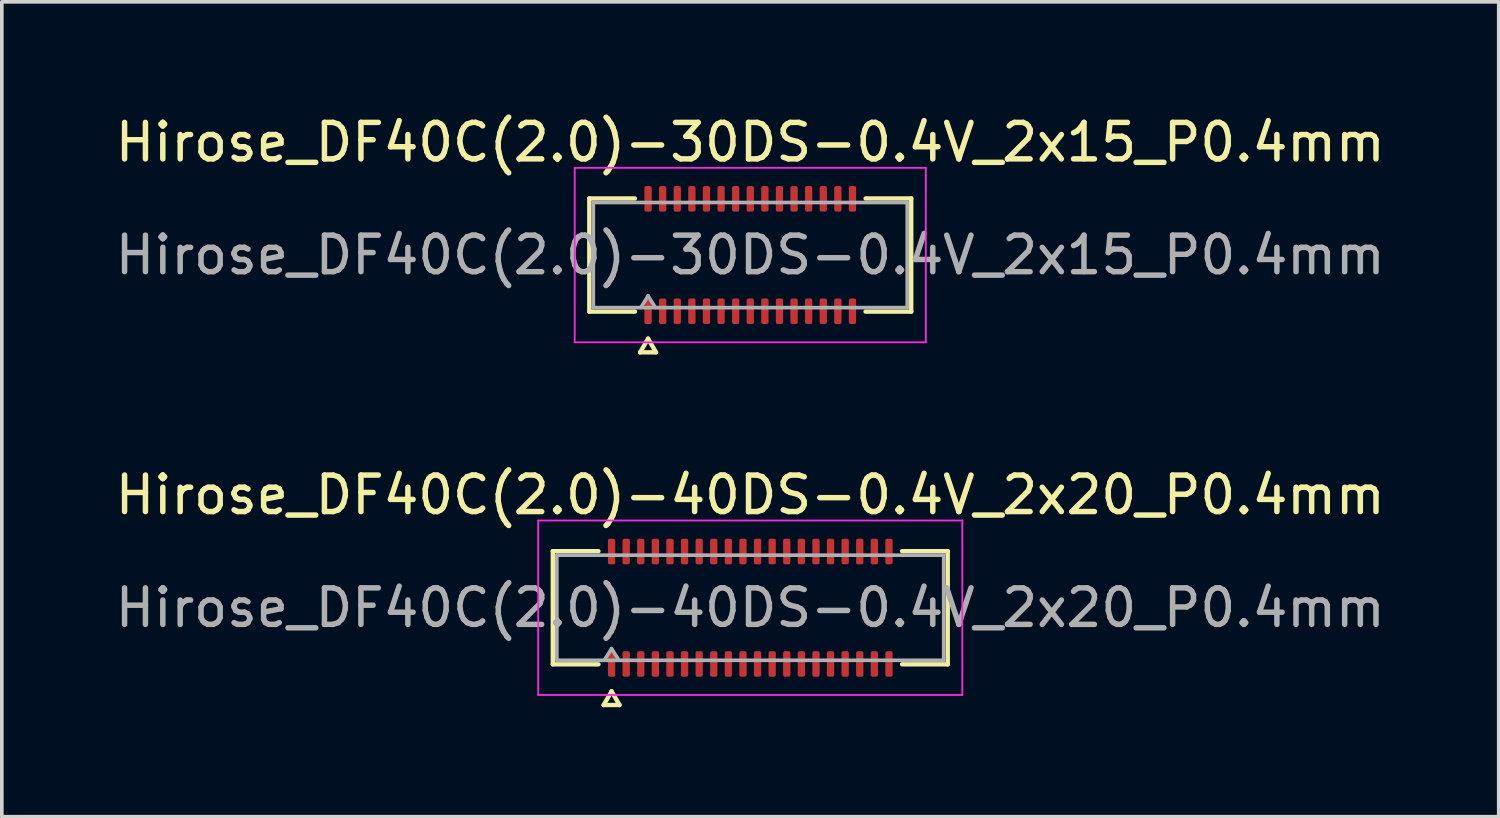
<source format=kicad_pcb>
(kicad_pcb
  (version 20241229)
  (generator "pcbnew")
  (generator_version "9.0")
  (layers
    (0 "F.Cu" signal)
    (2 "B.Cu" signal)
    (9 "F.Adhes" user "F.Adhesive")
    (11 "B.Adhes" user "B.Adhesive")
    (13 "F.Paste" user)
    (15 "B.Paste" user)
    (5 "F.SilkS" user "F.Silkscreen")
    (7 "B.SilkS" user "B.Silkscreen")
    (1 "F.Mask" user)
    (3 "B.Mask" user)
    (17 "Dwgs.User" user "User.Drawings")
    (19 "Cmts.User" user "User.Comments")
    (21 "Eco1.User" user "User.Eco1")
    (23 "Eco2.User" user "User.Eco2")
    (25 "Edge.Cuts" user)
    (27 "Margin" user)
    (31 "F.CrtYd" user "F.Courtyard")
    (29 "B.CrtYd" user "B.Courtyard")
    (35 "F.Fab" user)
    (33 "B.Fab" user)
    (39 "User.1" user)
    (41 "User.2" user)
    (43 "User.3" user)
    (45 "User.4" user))
  (footprint "Hirose_DF40C(2.0)-40DS-0.4V_2x20_P0.4mm"
    (layer "F.Cu")
    (at 17.506 13.601)
    (property "Reference" "Hirose_DF40C(2.0)-40DS-0.4V_2x20_P0.4mm" (at 0 -3.09 0) (layer "F.SilkS") (effects (font (size 1 1) (thickness 0.15))))
    (attr smd)
    (fp_line (start -5.41 -1.55) (end -4.16 -1.55) (stroke (width 0.12) (type solid)) (layer "F.SilkS"))
    (fp_line (start -5.41 1.55) (end -5.41 -1.55) (stroke (width 0.12) (type solid)) (layer "F.SilkS"))
    (fp_line (start -4.16 1.55) (end -5.41 1.55) (stroke (width 0.12) (type solid)) (layer "F.SilkS"))
    (fp_line (start -4.017 2.665) (end -3.8 2.29) (stroke (width 0.12) (type solid)) (layer "F.SilkS"))
    (fp_line (start -3.8 2.29) (end -3.583 2.665) (stroke (width 0.12) (type solid)) (layer "F.SilkS"))
    (fp_line (start -3.583 2.665) (end -4.017 2.665) (stroke (width 0.12) (type solid)) (layer "F.SilkS"))
    (fp_line (start 4.16 -1.55) (end 5.41 -1.55) (stroke (width 0.12) (type solid)) (layer "F.SilkS"))
    (fp_line (start 5.41 -1.55) (end 5.41 1.55) (stroke (width 0.12) (type solid)) (layer "F.SilkS"))
    (fp_line (start 5.41 1.55) (end 4.16 1.55) (stroke (width 0.12) (type solid)) (layer "F.SilkS"))
    (fp_line (start -5.81 -2.39) (end -5.81 2.39) (stroke (width 0.05) (type solid)) (layer "F.CrtYd"))
    (fp_line (start -5.81 2.39) (end 5.81 2.39) (stroke (width 0.05) (type solid)) (layer "F.CrtYd"))
    (fp_line (start 5.81 -2.39) (end -5.81 -2.39) (stroke (width 0.05) (type solid)) (layer "F.CrtYd"))
    (fp_line (start 5.81 2.39) (end 5.81 -2.39) (stroke (width 0.05) (type solid)) (layer "F.CrtYd"))
    (fp_line (start -5.3 -1.44) (end 5.3 -1.44) (stroke (width 0.1) (type solid)) (layer "F.Fab"))
    (fp_line (start -5.3 1.44) (end -5.3 -1.44) (stroke (width 0.1) (type solid)) (layer "F.Fab"))
    (fp_line (start -4 1.44) (end -3.8 1.12) (stroke (width 0.1) (type solid)) (layer "F.Fab"))
    (fp_line (start -3.8 1.12) (end -3.6 1.44) (stroke (width 0.1) (type solid)) (layer "F.Fab"))
    (fp_line (start 5.3 -1.44) (end 5.3 1.44) (stroke (width 0.1) (type solid)) (layer "F.Fab"))
    (fp_line (start 5.3 1.44) (end -5.3 1.44) (stroke (width 0.1) (type solid)) (layer "F.Fab"))
    (fp_text user "${REFERENCE}" (at 0 0 0) (layer "F.Fab") (effects (font (size 1 1) (thickness 0.15))))
    (pad "1" smd roundrect (at -3.8 1.54) (size 0.2 0.7) (layers "F.Cu" "F.Mask" "F.Paste") (roundrect_rratio 0.25))
    (pad "2" smd roundrect (at -3.8 -1.54) (size 0.2 0.7) (layers "F.Cu" "F.Mask" "F.Paste") (roundrect_rratio 0.25))
    (pad "3" smd roundrect (at -3.4 1.54) (size 0.2 0.7) (layers "F.Cu" "F.Mask" "F.Paste") (roundrect_rratio 0.25))
    (pad "4" smd roundrect (at -3.4 -1.54) (size 0.2 0.7) (layers "F.Cu" "F.Mask" "F.Paste") (roundrect_rratio 0.25))
    (pad "5" smd roundrect (at -3 1.54) (size 0.2 0.7) (layers "F.Cu" "F.Mask" "F.Paste") (roundrect_rratio 0.25))
    (pad "6" smd roundrect (at -3 -1.54) (size 0.2 0.7) (layers "F.Cu" "F.Mask" "F.Paste") (roundrect_rratio 0.25))
    (pad "7" smd roundrect (at -2.6 1.54) (size 0.2 0.7) (layers "F.Cu" "F.Mask" "F.Paste") (roundrect_rratio 0.25))
    (pad "8" smd roundrect (at -2.6 -1.54) (size 0.2 0.7) (layers "F.Cu" "F.Mask" "F.Paste") (roundrect_rratio 0.25))
    (pad "9" smd roundrect (at -2.2 1.54) (size 0.2 0.7) (layers "F.Cu" "F.Mask" "F.Paste") (roundrect_rratio 0.25))
    (pad "10" smd roundrect (at -2.2 -1.54) (size 0.2 0.7) (layers "F.Cu" "F.Mask" "F.Paste") (roundrect_rratio 0.25))
    (pad "11" smd roundrect (at -1.8 1.54) (size 0.2 0.7) (layers "F.Cu" "F.Mask" "F.Paste") (roundrect_rratio 0.25))
    (pad "12" smd roundrect (at -1.8 -1.54) (size 0.2 0.7) (layers "F.Cu" "F.Mask" "F.Paste") (roundrect_rratio 0.25))
    (pad "13" smd roundrect (at -1.4 1.54) (size 0.2 0.7) (layers "F.Cu" "F.Mask" "F.Paste") (roundrect_rratio 0.25))
    (pad "14" smd roundrect (at -1.4 -1.54) (size 0.2 0.7) (layers "F.Cu" "F.Mask" "F.Paste") (roundrect_rratio 0.25))
    (pad "15" smd roundrect (at -1 1.54) (size 0.2 0.7) (layers "F.Cu" "F.Mask" "F.Paste") (roundrect_rratio 0.25))
    (pad "16" smd roundrect (at -1 -1.54) (size 0.2 0.7) (layers "F.Cu" "F.Mask" "F.Paste") (roundrect_rratio 0.25))
    (pad "17" smd roundrect (at -0.6 1.54) (size 0.2 0.7) (layers "F.Cu" "F.Mask" "F.Paste") (roundrect_rratio 0.25))
    (pad "18" smd roundrect (at -0.6 -1.54) (size 0.2 0.7) (layers "F.Cu" "F.Mask" "F.Paste") (roundrect_rratio 0.25))
    (pad "19" smd roundrect (at -0.2 1.54) (size 0.2 0.7) (layers "F.Cu" "F.Mask" "F.Paste") (roundrect_rratio 0.25))
    (pad "20" smd roundrect (at -0.2 -1.54) (size 0.2 0.7) (layers "F.Cu" "F.Mask" "F.Paste") (roundrect_rratio 0.25))
    (pad "21" smd roundrect (at 0.2 1.54) (size 0.2 0.7) (layers "F.Cu" "F.Mask" "F.Paste") (roundrect_rratio 0.25))
    (pad "22" smd roundrect (at 0.2 -1.54) (size 0.2 0.7) (layers "F.Cu" "F.Mask" "F.Paste") (roundrect_rratio 0.25))
    (pad "23" smd roundrect (at 0.6 1.54) (size 0.2 0.7) (layers "F.Cu" "F.Mask" "F.Paste") (roundrect_rratio 0.25))
    (pad "24" smd roundrect (at 0.6 -1.54) (size 0.2 0.7) (layers "F.Cu" "F.Mask" "F.Paste") (roundrect_rratio 0.25))
    (pad "25" smd roundrect (at 1 1.54) (size 0.2 0.7) (layers "F.Cu" "F.Mask" "F.Paste") (roundrect_rratio 0.25))
    (pad "26" smd roundrect (at 1 -1.54) (size 0.2 0.7) (layers "F.Cu" "F.Mask" "F.Paste") (roundrect_rratio 0.25))
    (pad "27" smd roundrect (at 1.4 1.54) (size 0.2 0.7) (layers "F.Cu" "F.Mask" "F.Paste") (roundrect_rratio 0.25))
    (pad "28" smd roundrect (at 1.4 -1.54) (size 0.2 0.7) (layers "F.Cu" "F.Mask" "F.Paste") (roundrect_rratio 0.25))
    (pad "29" smd roundrect (at 1.8 1.54) (size 0.2 0.7) (layers "F.Cu" "F.Mask" "F.Paste") (roundrect_rratio 0.25))
    (pad "30" smd roundrect (at 1.8 -1.54) (size 0.2 0.7) (layers "F.Cu" "F.Mask" "F.Paste") (roundrect_rratio 0.25))
    (pad "31" smd roundrect (at 2.2 1.54) (size 0.2 0.7) (layers "F.Cu" "F.Mask" "F.Paste") (roundrect_rratio 0.25))
    (pad "32" smd roundrect (at 2.2 -1.54) (size 0.2 0.7) (layers "F.Cu" "F.Mask" "F.Paste") (roundrect_rratio 0.25))
    (pad "33" smd roundrect (at 2.6 1.54) (size 0.2 0.7) (layers "F.Cu" "F.Mask" "F.Paste") (roundrect_rratio 0.25))
    (pad "34" smd roundrect (at 2.6 -1.54) (size 0.2 0.7) (layers "F.Cu" "F.Mask" "F.Paste") (roundrect_rratio 0.25))
    (pad "35" smd roundrect (at 3 1.54) (size 0.2 0.7) (layers "F.Cu" "F.Mask" "F.Paste") (roundrect_rratio 0.25))
    (pad "36" smd roundrect (at 3 -1.54) (size 0.2 0.7) (layers "F.Cu" "F.Mask" "F.Paste") (roundrect_rratio 0.25))
    (pad "37" smd roundrect (at 3.4 1.54) (size 0.2 0.7) (layers "F.Cu" "F.Mask" "F.Paste") (roundrect_rratio 0.25))
    (pad "38" smd roundrect (at 3.4 -1.54) (size 0.2 0.7) (layers "F.Cu" "F.Mask" "F.Paste") (roundrect_rratio 0.25))
    (pad "39" smd roundrect (at 3.8 1.54) (size 0.2 0.7) (layers "F.Cu" "F.Mask" "F.Paste") (roundrect_rratio 0.25))
    (pad "40" smd roundrect (at 3.8 -1.54) (size 0.2 0.7) (layers "F.Cu" "F.Mask" "F.Paste") (roundrect_rratio 0.25)))
  (footprint "Hirose_DF40C(2.0)-30DS-0.4V_2x15_P0.4mm"
    (layer "F.Cu")
    (at 17.506 3.938)
    (property "Reference" "Hirose_DF40C(2.0)-30DS-0.4V_2x15_P0.4mm" (at 0 -3.09 0) (layer "F.SilkS") (effects (font (size 1 1) (thickness 0.15))))
    (attr smd)
    (fp_line (start -4.41 -1.55) (end -3.16 -1.55) (stroke (width 0.12) (type solid)) (layer "F.SilkS"))
    (fp_line (start -4.41 1.55) (end -4.41 -1.55) (stroke (width 0.12) (type solid)) (layer "F.SilkS"))
    (fp_line (start -3.16 1.55) (end -4.41 1.55) (stroke (width 0.12) (type solid)) (layer "F.SilkS"))
    (fp_line (start -3.017 2.665) (end -2.8 2.29) (stroke (width 0.12) (type solid)) (layer "F.SilkS"))
    (fp_line (start -2.8 2.29) (end -2.583 2.665) (stroke (width 0.12) (type solid)) (layer "F.SilkS"))
    (fp_line (start -2.583 2.665) (end -3.017 2.665) (stroke (width 0.12) (type solid)) (layer "F.SilkS"))
    (fp_line (start 3.16 -1.55) (end 4.41 -1.55) (stroke (width 0.12) (type solid)) (layer "F.SilkS"))
    (fp_line (start 4.41 -1.55) (end 4.41 1.55) (stroke (width 0.12) (type solid)) (layer "F.SilkS"))
    (fp_line (start 4.41 1.55) (end 3.16 1.55) (stroke (width 0.12) (type solid)) (layer "F.SilkS"))
    (fp_line (start -4.81 -2.39) (end -4.81 2.39) (stroke (width 0.05) (type solid)) (layer "F.CrtYd"))
    (fp_line (start -4.81 2.39) (end 4.81 2.39) (stroke (width 0.05) (type solid)) (layer "F.CrtYd"))
    (fp_line (start 4.81 -2.39) (end -4.81 -2.39) (stroke (width 0.05) (type solid)) (layer "F.CrtYd"))
    (fp_line (start 4.81 2.39) (end 4.81 -2.39) (stroke (width 0.05) (type solid)) (layer "F.CrtYd"))
    (fp_line (start -4.3 -1.44) (end 4.3 -1.44) (stroke (width 0.1) (type solid)) (layer "F.Fab"))
    (fp_line (start -4.3 1.44) (end -4.3 -1.44) (stroke (width 0.1) (type solid)) (layer "F.Fab"))
    (fp_line (start -3 1.44) (end -2.8 1.12) (stroke (width 0.1) (type solid)) (layer "F.Fab"))
    (fp_line (start -2.8 1.12) (end -2.6 1.44) (stroke (width 0.1) (type solid)) (layer "F.Fab"))
    (fp_line (start 4.3 -1.44) (end 4.3 1.44) (stroke (width 0.1) (type solid)) (layer "F.Fab"))
    (fp_line (start 4.3 1.44) (end -4.3 1.44) (stroke (width 0.1) (type solid)) (layer "F.Fab"))
    (fp_text user "${REFERENCE}" (at 0 0 0) (layer "F.Fab") (effects (font (size 1 1) (thickness 0.15))))
    (pad "1" smd roundrect (at -2.8 1.54) (size 0.2 0.7) (layers "F.Cu" "F.Mask" "F.Paste") (roundrect_rratio 0.25))
    (pad "2" smd roundrect (at -2.8 -1.54) (size 0.2 0.7) (layers "F.Cu" "F.Mask" "F.Paste") (roundrect_rratio 0.25))
    (pad "3" smd roundrect (at -2.4 1.54) (size 0.2 0.7) (layers "F.Cu" "F.Mask" "F.Paste") (roundrect_rratio 0.25))
    (pad "4" smd roundrect (at -2.4 -1.54) (size 0.2 0.7) (layers "F.Cu" "F.Mask" "F.Paste") (roundrect_rratio 0.25))
    (pad "5" smd roundrect (at -2 1.54) (size 0.2 0.7) (layers "F.Cu" "F.Mask" "F.Paste") (roundrect_rratio 0.25))
    (pad "6" smd roundrect (at -2 -1.54) (size 0.2 0.7) (layers "F.Cu" "F.Mask" "F.Paste") (roundrect_rratio 0.25))
    (pad "7" smd roundrect (at -1.6 1.54) (size 0.2 0.7) (layers "F.Cu" "F.Mask" "F.Paste") (roundrect_rratio 0.25))
    (pad "8" smd roundrect (at -1.6 -1.54) (size 0.2 0.7) (layers "F.Cu" "F.Mask" "F.Paste") (roundrect_rratio 0.25))
    (pad "9" smd roundrect (at -1.2 1.54) (size 0.2 0.7) (layers "F.Cu" "F.Mask" "F.Paste") (roundrect_rratio 0.25))
    (pad "10" smd roundrect (at -1.2 -1.54) (size 0.2 0.7) (layers "F.Cu" "F.Mask" "F.Paste") (roundrect_rratio 0.25))
    (pad "11" smd roundrect (at -0.8 1.54) (size 0.2 0.7) (layers "F.Cu" "F.Mask" "F.Paste") (roundrect_rratio 0.25))
    (pad "12" smd roundrect (at -0.8 -1.54) (size 0.2 0.7) (layers "F.Cu" "F.Mask" "F.Paste") (roundrect_rratio 0.25))
    (pad "13" smd roundrect (at -0.4 1.54) (size 0.2 0.7) (layers "F.Cu" "F.Mask" "F.Paste") (roundrect_rratio 0.25))
    (pad "14" smd roundrect (at -0.4 -1.54) (size 0.2 0.7) (layers "F.Cu" "F.Mask" "F.Paste") (roundrect_rratio 0.25))
    (pad "15" smd roundrect (at 0 1.54) (size 0.2 0.7) (layers "F.Cu" "F.Mask" "F.Paste") (roundrect_rratio 0.25))
    (pad "16" smd roundrect (at 0 -1.54) (size 0.2 0.7) (layers "F.Cu" "F.Mask" "F.Paste") (roundrect_rratio 0.25))
    (pad "17" smd roundrect (at 0.4 1.54) (size 0.2 0.7) (layers "F.Cu" "F.Mask" "F.Paste") (roundrect_rratio 0.25))
    (pad "18" smd roundrect (at 0.4 -1.54) (size 0.2 0.7) (layers "F.Cu" "F.Mask" "F.Paste") (roundrect_rratio 0.25))
    (pad "19" smd roundrect (at 0.8 1.54) (size 0.2 0.7) (layers "F.Cu" "F.Mask" "F.Paste") (roundrect_rratio 0.25))
    (pad "20" smd roundrect (at 0.8 -1.54) (size 0.2 0.7) (layers "F.Cu" "F.Mask" "F.Paste") (roundrect_rratio 0.25))
    (pad "21" smd roundrect (at 1.2 1.54) (size 0.2 0.7) (layers "F.Cu" "F.Mask" "F.Paste") (roundrect_rratio 0.25))
    (pad "22" smd roundrect (at 1.2 -1.54) (size 0.2 0.7) (layers "F.Cu" "F.Mask" "F.Paste") (roundrect_rratio 0.25))
    (pad "23" smd roundrect (at 1.6 1.54) (size 0.2 0.7) (layers "F.Cu" "F.Mask" "F.Paste") (roundrect_rratio 0.25))
    (pad "24" smd roundrect (at 1.6 -1.54) (size 0.2 0.7) (layers "F.Cu" "F.Mask" "F.Paste") (roundrect_rratio 0.25))
    (pad "25" smd roundrect (at 2 1.54) (size 0.2 0.7) (layers "F.Cu" "F.Mask" "F.Paste") (roundrect_rratio 0.25))
    (pad "26" smd roundrect (at 2 -1.54) (size 0.2 0.7) (layers "F.Cu" "F.Mask" "F.Paste") (roundrect_rratio 0.25))
    (pad "27" smd roundrect (at 2.4 1.54) (size 0.2 0.7) (layers "F.Cu" "F.Mask" "F.Paste") (roundrect_rratio 0.25))
    (pad "28" smd roundrect (at 2.4 -1.54) (size 0.2 0.7) (layers "F.Cu" "F.Mask" "F.Paste") (roundrect_rratio 0.25))
    (pad "29" smd roundrect (at 2.8 1.54) (size 0.2 0.7) (layers "F.Cu" "F.Mask" "F.Paste") (roundrect_rratio 0.25))
    (pad "30" smd roundrect (at 2.8 -1.54) (size 0.2 0.7) (layers "F.Cu" "F.Mask" "F.Paste") (roundrect_rratio 0.25)))
  (gr_rect
    (start -3 -3)
    (end 38.012 19.326)
    (stroke (width 0.1) (type default))
    (fill no)
    (layer "Edge.Cuts")))
</source>
